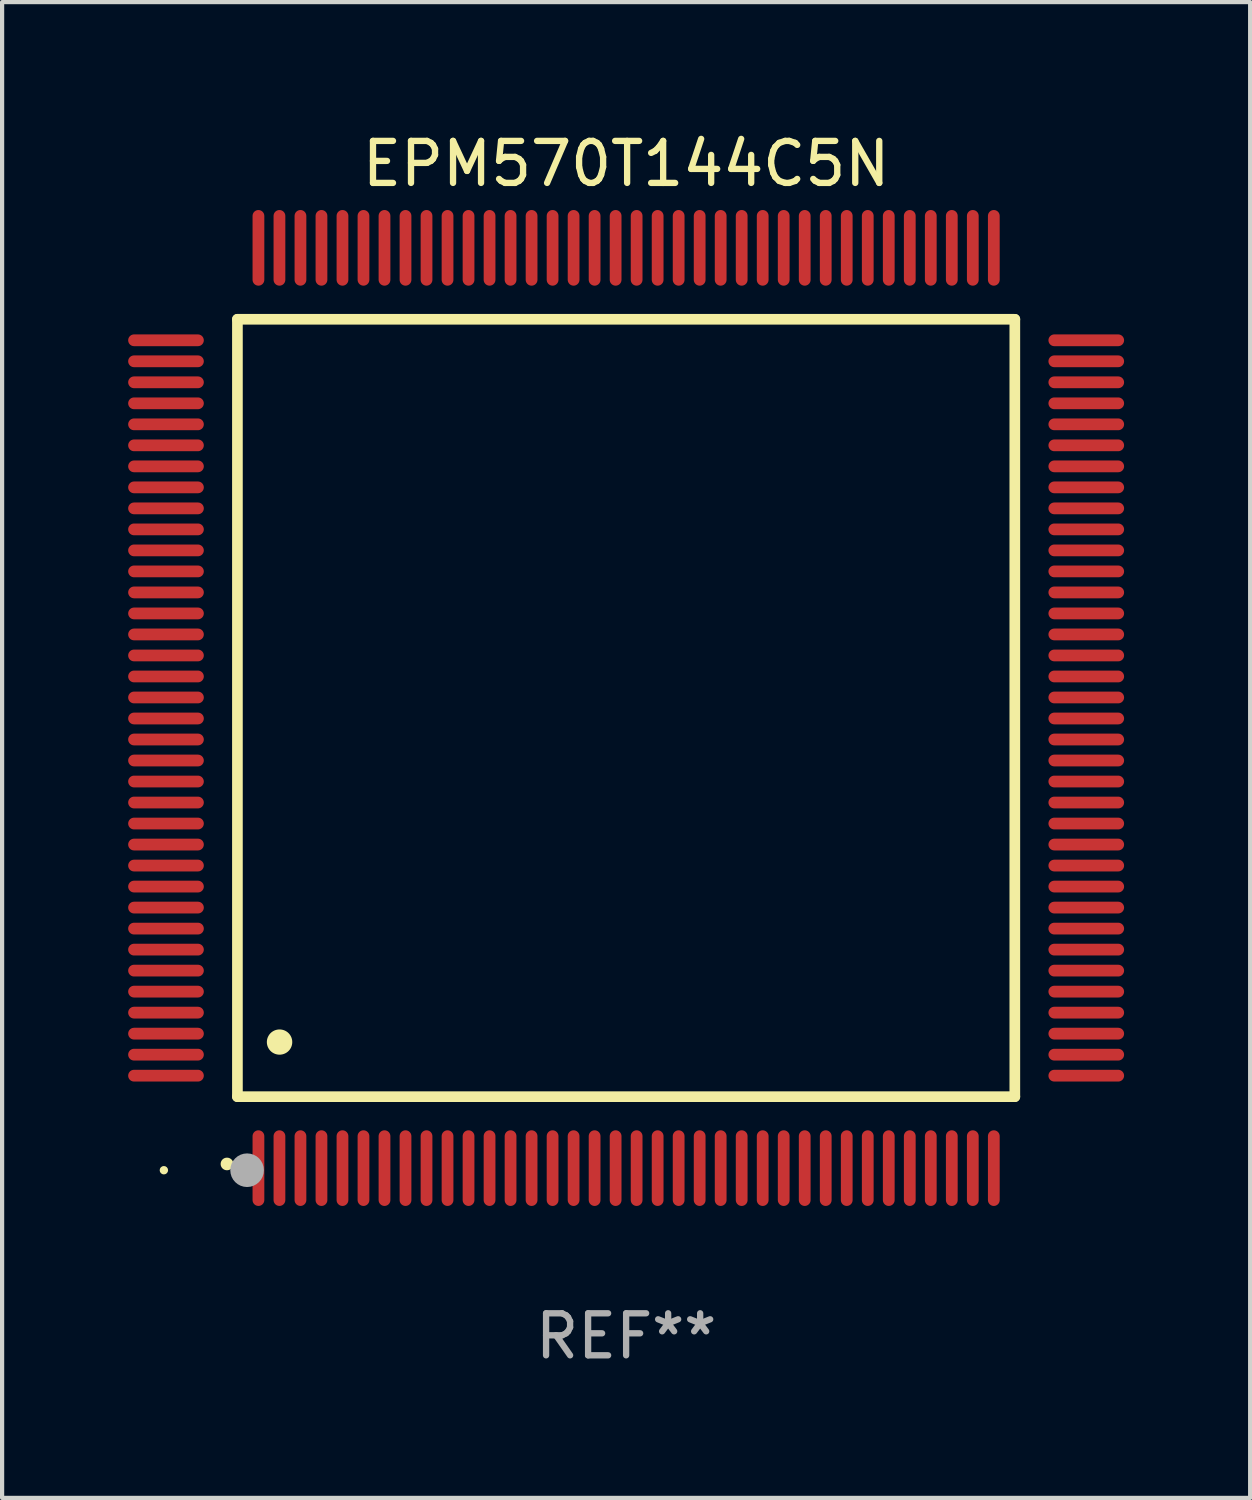
<source format=kicad_pcb>
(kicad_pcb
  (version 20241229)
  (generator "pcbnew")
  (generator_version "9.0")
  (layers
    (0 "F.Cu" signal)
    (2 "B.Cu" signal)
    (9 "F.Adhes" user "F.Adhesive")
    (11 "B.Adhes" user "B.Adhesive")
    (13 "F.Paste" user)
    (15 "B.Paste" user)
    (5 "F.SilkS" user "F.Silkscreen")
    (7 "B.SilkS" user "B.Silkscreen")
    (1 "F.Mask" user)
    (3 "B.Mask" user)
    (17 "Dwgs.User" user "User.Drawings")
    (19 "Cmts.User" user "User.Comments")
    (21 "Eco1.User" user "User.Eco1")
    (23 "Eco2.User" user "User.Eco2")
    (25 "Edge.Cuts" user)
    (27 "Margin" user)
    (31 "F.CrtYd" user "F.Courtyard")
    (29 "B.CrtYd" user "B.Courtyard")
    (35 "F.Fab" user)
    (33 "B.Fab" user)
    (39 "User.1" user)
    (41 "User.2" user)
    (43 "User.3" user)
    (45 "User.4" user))
  (footprint "EPM570T144C5N"
    (layer "F.Cu")
    (at 11.85 13.798)
    (property "Reference" "EPM570T144C5N" (at 0 -12.95 0) (layer "F.SilkS") (effects (font (size 1 1) (thickness 0.15))))
    (attr through_hole)
    (fp_line (start -9.25 -9.25) (end -9.25 9.25) (stroke (width 0.254) (type solid)) (layer "F.SilkS"))
    (fp_line (start -9.25 9.25) (end 9.25 9.25) (stroke (width 0.254) (type solid)) (layer "F.SilkS"))
    (fp_line (start 9.25 -9.25) (end -9.25 -9.25) (stroke (width 0.254) (type solid)) (layer "F.SilkS"))
    (fp_line (start 9.25 9.25) (end 9.25 -9.25) (stroke (width 0.254) (type solid)) (layer "F.SilkS"))
    (fp_arc (start -9.499619 10.850902) (mid -9.498349 10.850897) (end -9.497079 10.850902) (stroke (width 0.3) (type solid)) (layer "F.SilkS"))
    (fp_arc (start -8.249936 7.950216) (mid -8.247396 7.950205) (end -8.244856 7.950216) (stroke (width 0.6) (type solid)) (layer "F.SilkS"))
    (fp_circle (center -11 11) (end -10.95 11) (stroke (width 0.1) (type solid)) (fill no) (layer "F.SilkS"))
    (fp_circle (center -9.02 11) (end -8.82 11) (stroke (width 0.4) (type solid)) (fill no) (layer "F.Fab"))
    (fp_text user "REF**" (at 0 14.95 0) (layer "F.Fab") (effects (font (size 1 1) (thickness 0.15))))
    (pad "1" smd oval (at -8.75 10.95) (size 0.28 1.8) (layers "F.Cu" "F.Mask" "F.Paste"))
    (pad "2" smd oval (at -8.25 10.95) (size 0.28 1.8) (layers "F.Cu" "F.Mask" "F.Paste"))
    (pad "3" smd oval (at -7.75 10.95) (size 0.28 1.8) (layers "F.Cu" "F.Mask" "F.Paste"))
    (pad "4" smd oval (at -7.25 10.95) (size 0.28 1.8) (layers "F.Cu" "F.Mask" "F.Paste"))
    (pad "5" smd oval (at -6.75 10.95) (size 0.28 1.8) (layers "F.Cu" "F.Mask" "F.Paste"))
    (pad "6" smd oval (at -6.25 10.95) (size 0.28 1.8) (layers "F.Cu" "F.Mask" "F.Paste"))
    (pad "7" smd oval (at -5.75 10.95) (size 0.28 1.8) (layers "F.Cu" "F.Mask" "F.Paste"))
    (pad "8" smd oval (at -5.25 10.95) (size 0.28 1.8) (layers "F.Cu" "F.Mask" "F.Paste"))
    (pad "9" smd oval (at -4.75 10.95) (size 0.28 1.8) (layers "F.Cu" "F.Mask" "F.Paste"))
    (pad "10" smd oval (at -4.25 10.95) (size 0.28 1.8) (layers "F.Cu" "F.Mask" "F.Paste"))
    (pad "11" smd oval (at -3.75 10.95) (size 0.28 1.8) (layers "F.Cu" "F.Mask" "F.Paste"))
    (pad "12" smd oval (at -3.25 10.95) (size 0.28 1.8) (layers "F.Cu" "F.Mask" "F.Paste"))
    (pad "13" smd oval (at -2.75 10.95) (size 0.28 1.8) (layers "F.Cu" "F.Mask" "F.Paste"))
    (pad "14" smd oval (at -2.25 10.95) (size 0.28 1.8) (layers "F.Cu" "F.Mask" "F.Paste"))
    (pad "15" smd oval (at -1.75 10.95) (size 0.28 1.8) (layers "F.Cu" "F.Mask" "F.Paste"))
    (pad "16" smd oval (at -1.25 10.95) (size 0.28 1.8) (layers "F.Cu" "F.Mask" "F.Paste"))
    (pad "17" smd oval (at -0.75 10.95) (size 0.28 1.8) (layers "F.Cu" "F.Mask" "F.Paste"))
    (pad "18" smd oval (at -0.25 10.95) (size 0.28 1.8) (layers "F.Cu" "F.Mask" "F.Paste"))
    (pad "19" smd oval (at 0.25 10.95) (size 0.28 1.8) (layers "F.Cu" "F.Mask" "F.Paste"))
    (pad "20" smd oval (at 0.75 10.95) (size 0.28 1.8) (layers "F.Cu" "F.Mask" "F.Paste"))
    (pad "21" smd oval (at 1.25 10.95) (size 0.28 1.8) (layers "F.Cu" "F.Mask" "F.Paste"))
    (pad "22" smd oval (at 1.75 10.95) (size 0.28 1.8) (layers "F.Cu" "F.Mask" "F.Paste"))
    (pad "23" smd oval (at 2.25 10.95) (size 0.28 1.8) (layers "F.Cu" "F.Mask" "F.Paste"))
    (pad "24" smd oval (at 2.75 10.95) (size 0.28 1.8) (layers "F.Cu" "F.Mask" "F.Paste"))
    (pad "25" smd oval (at 3.25 10.95) (size 0.28 1.8) (layers "F.Cu" "F.Mask" "F.Paste"))
    (pad "26" smd oval (at 3.75 10.95) (size 0.28 1.8) (layers "F.Cu" "F.Mask" "F.Paste"))
    (pad "27" smd oval (at 4.25 10.95) (size 0.28 1.8) (layers "F.Cu" "F.Mask" "F.Paste"))
    (pad "28" smd oval (at 4.75 10.95) (size 0.28 1.8) (layers "F.Cu" "F.Mask" "F.Paste"))
    (pad "29" smd oval (at 5.25 10.95) (size 0.28 1.8) (layers "F.Cu" "F.Mask" "F.Paste"))
    (pad "30" smd oval (at 5.75 10.95) (size 0.28 1.8) (layers "F.Cu" "F.Mask" "F.Paste"))
    (pad "31" smd oval (at 6.25 10.95) (size 0.28 1.8) (layers "F.Cu" "F.Mask" "F.Paste"))
    (pad "32" smd oval (at 6.75 10.95) (size 0.28 1.8) (layers "F.Cu" "F.Mask" "F.Paste"))
    (pad "33" smd oval (at 7.25 10.95) (size 0.28 1.8) (layers "F.Cu" "F.Mask" "F.Paste"))
    (pad "34" smd oval (at 7.75 10.95) (size 0.28 1.8) (layers "F.Cu" "F.Mask" "F.Paste"))
    (pad "35" smd oval (at 8.25 10.95) (size 0.28 1.8) (layers "F.Cu" "F.Mask" "F.Paste"))
    (pad "36" smd oval (at 8.75 10.95) (size 0.28 1.8) (layers "F.Cu" "F.Mask" "F.Paste"))
    (pad "37" smd oval (at 10.95 8.75) (size 1.8 0.28) (layers "F.Cu" "F.Mask" "F.Paste"))
    (pad "38" smd oval (at 10.95 8.25) (size 1.8 0.28) (layers "F.Cu" "F.Mask" "F.Paste"))
    (pad "39" smd oval (at 10.95 7.75) (size 1.8 0.28) (layers "F.Cu" "F.Mask" "F.Paste"))
    (pad "40" smd oval (at 10.95 7.25) (size 1.8 0.28) (layers "F.Cu" "F.Mask" "F.Paste"))
    (pad "41" smd oval (at 10.95 6.75) (size 1.8 0.28) (layers "F.Cu" "F.Mask" "F.Paste"))
    (pad "42" smd oval (at 10.95 6.25) (size 1.8 0.28) (layers "F.Cu" "F.Mask" "F.Paste"))
    (pad "43" smd oval (at 10.95 5.75) (size 1.8 0.28) (layers "F.Cu" "F.Mask" "F.Paste"))
    (pad "44" smd oval (at 10.95 5.25) (size 1.8 0.28) (layers "F.Cu" "F.Mask" "F.Paste"))
    (pad "45" smd oval (at 10.95 4.75) (size 1.8 0.28) (layers "F.Cu" "F.Mask" "F.Paste"))
    (pad "46" smd oval (at 10.95 4.25) (size 1.8 0.28) (layers "F.Cu" "F.Mask" "F.Paste"))
    (pad "47" smd oval (at 10.95 3.75) (size 1.8 0.28) (layers "F.Cu" "F.Mask" "F.Paste"))
    (pad "48" smd oval (at 10.95 3.25) (size 1.8 0.28) (layers "F.Cu" "F.Mask" "F.Paste"))
    (pad "49" smd oval (at 10.95 2.75) (size 1.8 0.28) (layers "F.Cu" "F.Mask" "F.Paste"))
    (pad "50" smd oval (at 10.95 2.25) (size 1.8 0.28) (layers "F.Cu" "F.Mask" "F.Paste"))
    (pad "51" smd oval (at 10.95 1.75) (size 1.8 0.28) (layers "F.Cu" "F.Mask" "F.Paste"))
    (pad "52" smd oval (at 10.95 1.25) (size 1.8 0.28) (layers "F.Cu" "F.Mask" "F.Paste"))
    (pad "53" smd oval (at 10.95 0.75) (size 1.8 0.28) (layers "F.Cu" "F.Mask" "F.Paste"))
    (pad "54" smd oval (at 10.95 0.25) (size 1.8 0.28) (layers "F.Cu" "F.Mask" "F.Paste"))
    (pad "55" smd oval (at 10.95 -0.25) (size 1.8 0.28) (layers "F.Cu" "F.Mask" "F.Paste"))
    (pad "56" smd oval (at 10.95 -0.75) (size 1.8 0.28) (layers "F.Cu" "F.Mask" "F.Paste"))
    (pad "57" smd oval (at 10.95 -1.25) (size 1.8 0.28) (layers "F.Cu" "F.Mask" "F.Paste"))
    (pad "58" smd oval (at 10.95 -1.75) (size 1.8 0.28) (layers "F.Cu" "F.Mask" "F.Paste"))
    (pad "59" smd oval (at 10.95 -2.25) (size 1.8 0.28) (layers "F.Cu" "F.Mask" "F.Paste"))
    (pad "60" smd oval (at 10.95 -2.75) (size 1.8 0.28) (layers "F.Cu" "F.Mask" "F.Paste"))
    (pad "61" smd oval (at 10.95 -3.25) (size 1.8 0.28) (layers "F.Cu" "F.Mask" "F.Paste"))
    (pad "62" smd oval (at 10.95 -3.75) (size 1.8 0.28) (layers "F.Cu" "F.Mask" "F.Paste"))
    (pad "63" smd oval (at 10.95 -4.25) (size 1.8 0.28) (layers "F.Cu" "F.Mask" "F.Paste"))
    (pad "64" smd oval (at 10.95 -4.75) (size 1.8 0.28) (layers "F.Cu" "F.Mask" "F.Paste"))
    (pad "65" smd oval (at 10.95 -5.25) (size 1.8 0.28) (layers "F.Cu" "F.Mask" "F.Paste"))
    (pad "66" smd oval (at 10.95 -5.75) (size 1.8 0.28) (layers "F.Cu" "F.Mask" "F.Paste"))
    (pad "67" smd oval (at 10.95 -6.25) (size 1.8 0.28) (layers "F.Cu" "F.Mask" "F.Paste"))
    (pad "68" smd oval (at 10.95 -6.75) (size 1.8 0.28) (layers "F.Cu" "F.Mask" "F.Paste"))
    (pad "69" smd oval (at 10.95 -7.25) (size 1.8 0.28) (layers "F.Cu" "F.Mask" "F.Paste"))
    (pad "70" smd oval (at 10.95 -7.75) (size 1.8 0.28) (layers "F.Cu" "F.Mask" "F.Paste"))
    (pad "71" smd oval (at 10.95 -8.25) (size 1.8 0.28) (layers "F.Cu" "F.Mask" "F.Paste"))
    (pad "72" smd oval (at 10.95 -8.75) (size 1.8 0.28) (layers "F.Cu" "F.Mask" "F.Paste"))
    (pad "73" smd oval (at 8.75 -10.95) (size 0.28 1.8) (layers "F.Cu" "F.Mask" "F.Paste"))
    (pad "74" smd oval (at 8.25 -10.95) (size 0.28 1.8) (layers "F.Cu" "F.Mask" "F.Paste"))
    (pad "75" smd oval (at 7.75 -10.95) (size 0.28 1.8) (layers "F.Cu" "F.Mask" "F.Paste"))
    (pad "76" smd oval (at 7.25 -10.95) (size 0.28 1.8) (layers "F.Cu" "F.Mask" "F.Paste"))
    (pad "77" smd oval (at 6.75 -10.95) (size 0.28 1.8) (layers "F.Cu" "F.Mask" "F.Paste"))
    (pad "78" smd oval (at 6.25 -10.95) (size 0.28 1.8) (layers "F.Cu" "F.Mask" "F.Paste"))
    (pad "79" smd oval (at 5.75 -10.95) (size 0.28 1.8) (layers "F.Cu" "F.Mask" "F.Paste"))
    (pad "80" smd oval (at 5.25 -10.95) (size 0.28 1.8) (layers "F.Cu" "F.Mask" "F.Paste"))
    (pad "81" smd oval (at 4.75 -10.95) (size 0.28 1.8) (layers "F.Cu" "F.Mask" "F.Paste"))
    (pad "82" smd oval (at 4.25 -10.95) (size 0.28 1.8) (layers "F.Cu" "F.Mask" "F.Paste"))
    (pad "83" smd oval (at 3.75 -10.95) (size 0.28 1.8) (layers "F.Cu" "F.Mask" "F.Paste"))
    (pad "84" smd oval (at 3.25 -10.95) (size 0.28 1.8) (layers "F.Cu" "F.Mask" "F.Paste"))
    (pad "85" smd oval (at 2.75 -10.95) (size 0.28 1.8) (layers "F.Cu" "F.Mask" "F.Paste"))
    (pad "86" smd oval (at 2.25 -10.95) (size 0.28 1.8) (layers "F.Cu" "F.Mask" "F.Paste"))
    (pad "87" smd oval (at 1.75 -10.95) (size 0.28 1.8) (layers "F.Cu" "F.Mask" "F.Paste"))
    (pad "88" smd oval (at 1.25 -10.95) (size 0.28 1.8) (layers "F.Cu" "F.Mask" "F.Paste"))
    (pad "89" smd oval (at 0.75 -10.95) (size 0.28 1.8) (layers "F.Cu" "F.Mask" "F.Paste"))
    (pad "90" smd oval (at 0.25 -10.95) (size 0.28 1.8) (layers "F.Cu" "F.Mask" "F.Paste"))
    (pad "91" smd oval (at -0.25 -10.95) (size 0.28 1.8) (layers "F.Cu" "F.Mask" "F.Paste"))
    (pad "92" smd oval (at -0.75 -10.95) (size 0.28 1.8) (layers "F.Cu" "F.Mask" "F.Paste"))
    (pad "93" smd oval (at -1.25 -10.95) (size 0.28 1.8) (layers "F.Cu" "F.Mask" "F.Paste"))
    (pad "94" smd oval (at -1.75 -10.95) (size 0.28 1.8) (layers "F.Cu" "F.Mask" "F.Paste"))
    (pad "95" smd oval (at -2.25 -10.95) (size 0.28 1.8) (layers "F.Cu" "F.Mask" "F.Paste"))
    (pad "96" smd oval (at -2.75 -10.95) (size 0.28 1.8) (layers "F.Cu" "F.Mask" "F.Paste"))
    (pad "97" smd oval (at -3.25 -10.95) (size 0.28 1.8) (layers "F.Cu" "F.Mask" "F.Paste"))
    (pad "98" smd oval (at -3.75 -10.95) (size 0.28 1.8) (layers "F.Cu" "F.Mask" "F.Paste"))
    (pad "99" smd oval (at -4.25 -10.95) (size 0.28 1.8) (layers "F.Cu" "F.Mask" "F.Paste"))
    (pad "100" smd oval (at -4.75 -10.95) (size 0.28 1.8) (layers "F.Cu" "F.Mask" "F.Paste"))
    (pad "101" smd oval (at -5.25 -10.95) (size 0.28 1.8) (layers "F.Cu" "F.Mask" "F.Paste"))
    (pad "102" smd oval (at -5.75 -10.95) (size 0.28 1.8) (layers "F.Cu" "F.Mask" "F.Paste"))
    (pad "103" smd oval (at -6.25 -10.95) (size 0.28 1.8) (layers "F.Cu" "F.Mask" "F.Paste"))
    (pad "104" smd oval (at -6.75 -10.95) (size 0.28 1.8) (layers "F.Cu" "F.Mask" "F.Paste"))
    (pad "105" smd oval (at -7.25 -10.95) (size 0.28 1.8) (layers "F.Cu" "F.Mask" "F.Paste"))
    (pad "106" smd oval (at -7.75 -10.95) (size 0.28 1.8) (layers "F.Cu" "F.Mask" "F.Paste"))
    (pad "107" smd oval (at -8.25 -10.95) (size 0.28 1.8) (layers "F.Cu" "F.Mask" "F.Paste"))
    (pad "108" smd oval (at -8.75 -10.95) (size 0.28 1.8) (layers "F.Cu" "F.Mask" "F.Paste"))
    (pad "109" smd oval (at -10.95 -8.75) (size 1.8 0.28) (layers "F.Cu" "F.Mask" "F.Paste"))
    (pad "110" smd oval (at -10.95 -8.25) (size 1.8 0.28) (layers "F.Cu" "F.Mask" "F.Paste"))
    (pad "111" smd oval (at -10.95 -7.75) (size 1.8 0.28) (layers "F.Cu" "F.Mask" "F.Paste"))
    (pad "112" smd oval (at -10.95 -7.25) (size 1.8 0.28) (layers "F.Cu" "F.Mask" "F.Paste"))
    (pad "113" smd oval (at -10.95 -6.75) (size 1.8 0.28) (layers "F.Cu" "F.Mask" "F.Paste"))
    (pad "114" smd oval (at -10.95 -6.25) (size 1.8 0.28) (layers "F.Cu" "F.Mask" "F.Paste"))
    (pad "115" smd oval (at -10.95 -5.75) (size 1.8 0.28) (layers "F.Cu" "F.Mask" "F.Paste"))
    (pad "116" smd oval (at -10.95 -5.25) (size 1.8 0.28) (layers "F.Cu" "F.Mask" "F.Paste"))
    (pad "117" smd oval (at -10.95 -4.75) (size 1.8 0.28) (layers "F.Cu" "F.Mask" "F.Paste"))
    (pad "118" smd oval (at -10.95 -4.25) (size 1.8 0.28) (layers "F.Cu" "F.Mask" "F.Paste"))
    (pad "119" smd oval (at -10.95 -3.75) (size 1.8 0.28) (layers "F.Cu" "F.Mask" "F.Paste"))
    (pad "120" smd oval (at -10.95 -3.25) (size 1.8 0.28) (layers "F.Cu" "F.Mask" "F.Paste"))
    (pad "121" smd oval (at -10.95 -2.75) (size 1.8 0.28) (layers "F.Cu" "F.Mask" "F.Paste"))
    (pad "122" smd oval (at -10.95 -2.25) (size 1.8 0.28) (layers "F.Cu" "F.Mask" "F.Paste"))
    (pad "123" smd oval (at -10.95 -1.75) (size 1.8 0.28) (layers "F.Cu" "F.Mask" "F.Paste"))
    (pad "124" smd oval (at -10.95 -1.25) (size 1.8 0.28) (layers "F.Cu" "F.Mask" "F.Paste"))
    (pad "125" smd oval (at -10.95 -0.75) (size 1.8 0.28) (layers "F.Cu" "F.Mask" "F.Paste"))
    (pad "126" smd oval (at -10.95 -0.25) (size 1.8 0.28) (layers "F.Cu" "F.Mask" "F.Paste"))
    (pad "127" smd oval (at -10.95 0.25) (size 1.8 0.28) (layers "F.Cu" "F.Mask" "F.Paste"))
    (pad "128" smd oval (at -10.95 0.75) (size 1.8 0.28) (layers "F.Cu" "F.Mask" "F.Paste"))
    (pad "129" smd oval (at -10.95 1.25) (size 1.8 0.28) (layers "F.Cu" "F.Mask" "F.Paste"))
    (pad "130" smd oval (at -10.95 1.75) (size 1.8 0.28) (layers "F.Cu" "F.Mask" "F.Paste"))
    (pad "131" smd oval (at -10.95 2.25) (size 1.8 0.28) (layers "F.Cu" "F.Mask" "F.Paste"))
    (pad "132" smd oval (at -10.95 2.75) (size 1.8 0.28) (layers "F.Cu" "F.Mask" "F.Paste"))
    (pad "133" smd oval (at -10.95 3.25) (size 1.8 0.28) (layers "F.Cu" "F.Mask" "F.Paste"))
    (pad "134" smd oval (at -10.95 3.75) (size 1.8 0.28) (layers "F.Cu" "F.Mask" "F.Paste"))
    (pad "135" smd oval (at -10.95 4.25) (size 1.8 0.28) (layers "F.Cu" "F.Mask" "F.Paste"))
    (pad "136" smd oval (at -10.95 4.75) (size 1.8 0.28) (layers "F.Cu" "F.Mask" "F.Paste"))
    (pad "137" smd oval (at -10.95 5.25) (size 1.8 0.28) (layers "F.Cu" "F.Mask" "F.Paste"))
    (pad "138" smd oval (at -10.95 5.75) (size 1.8 0.28) (layers "F.Cu" "F.Mask" "F.Paste"))
    (pad "139" smd oval (at -10.95 6.25) (size 1.8 0.28) (layers "F.Cu" "F.Mask" "F.Paste"))
    (pad "140" smd oval (at -10.95 6.75) (size 1.8 0.28) (layers "F.Cu" "F.Mask" "F.Paste"))
    (pad "141" smd oval (at -10.95 7.25) (size 1.8 0.28) (layers "F.Cu" "F.Mask" "F.Paste"))
    (pad "142" smd oval (at -10.95 7.75) (size 1.8 0.28) (layers "F.Cu" "F.Mask" "F.Paste"))
    (pad "143" smd oval (at -10.95 8.25) (size 1.8 0.28) (layers "F.Cu" "F.Mask" "F.Paste"))
    (pad "144" smd oval (at -10.95 8.75) (size 1.8 0.28) (layers "F.Cu" "F.Mask" "F.Paste")))
  (gr_rect
    (start -3 -3)
    (end 26.7 32.596)
    (stroke (width 0.1) (type default))
    (fill no)
    (layer "Edge.Cuts")))
</source>
